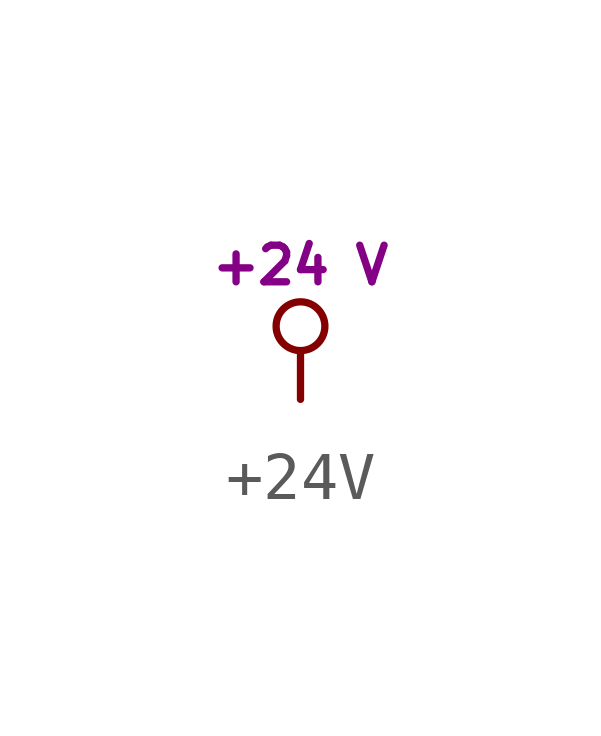
<source format=kicad_sym>
(kicad_symbol_lib
  (version 20211014)
  (generator kicad_symbol_editor)
  (symbol "+24V"
    (power)
    (pin_numbers hide)
    (pin_names
      (offset 0))
    (property "Reference" "#PWR"
      (at 0 3.556 0)
      (effects (font (size 0.508 0.508)) hide))
    (property "Footprint" ""
      (at 0 0 0)
      (effects (font (size 1.524 1.524))))
    (property "Datasheet" ""
      (at 0 3.556 0)
      (effects (font (size 1.524 1.524))))
    (property "Unit" "+24 V"
      (at 0 2.794 0)
      (effects (font (size 0.762 0.762))))
    (symbol "+24V_0_0"
      (polyline (pts (xy 0 0) (xy 0 1.016) (xy 0 1.016)) (stroke (width 0) (type default) (color 0 0 0 0)) (fill (type none)))
      (pin power_in line (at 0 0 90) (length 0) hide (name "+24V" (effects (font (size 0.635 0.635)))) (number "1" (effects (font (size 0.635 0.635))))))
    (symbol "+24V_0_1"
      (circle (center 0 1.524) (radius 0.508) (stroke (width 0) (type default) (color 0 0 0 0)) (fill (type none))))))
</source>
